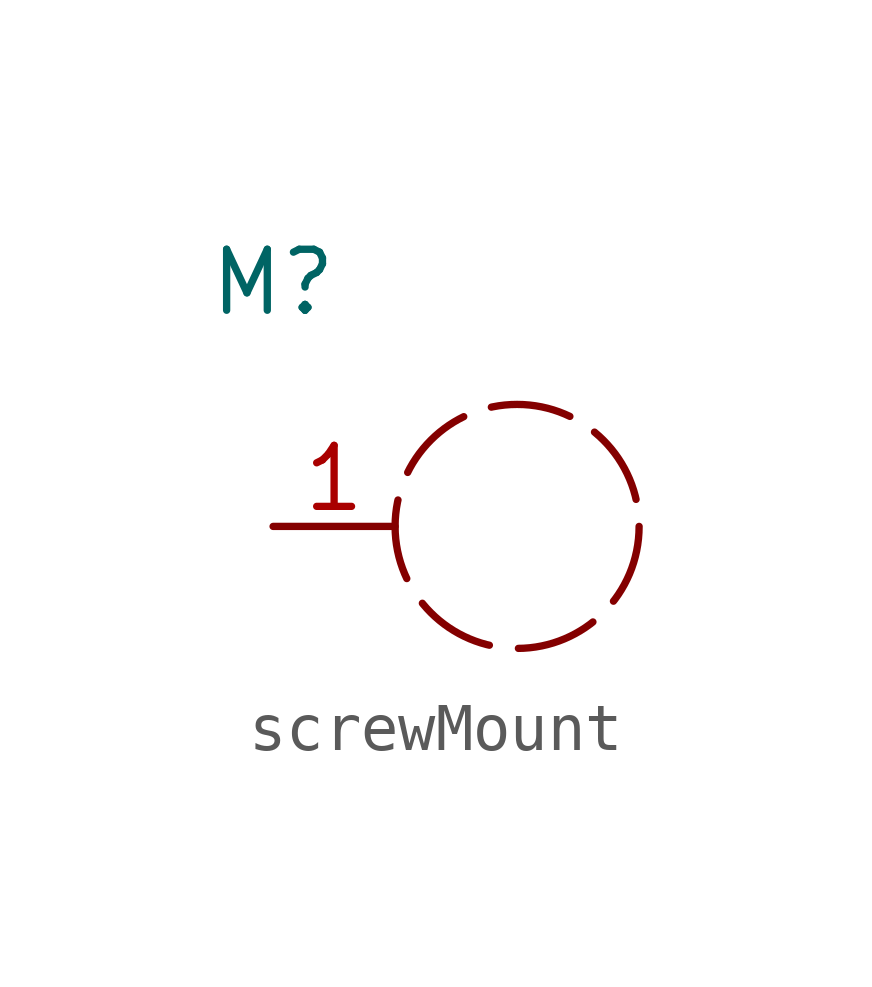
<source format=kicad_sym>
(kicad_symbol_lib
  (version 20220914)
  (generator kicad_symbol_editor)
  (symbol "screwMount"
    (property "Reference" "M"
      (at 0 0 0)
      (effects (font (size 1.27 1.27))))
    (property "Value" ""
      (at 0 0 0)
      (effects (font (size 1.27 1.27))))
    (symbol "screwMount_1_1"
      (circle (center 5.08 -5.08) (radius 2.54) (stroke (width 0) (type dash)) (fill (type color) (color 0 0 0 0)))
      (pin passive line (at 0 -5.08 0) (length 2.54) (name "" (effects (font (size 1.27 1.27)))) (number "1" (effects (font (size 1.27 1.27))))))))
</source>
